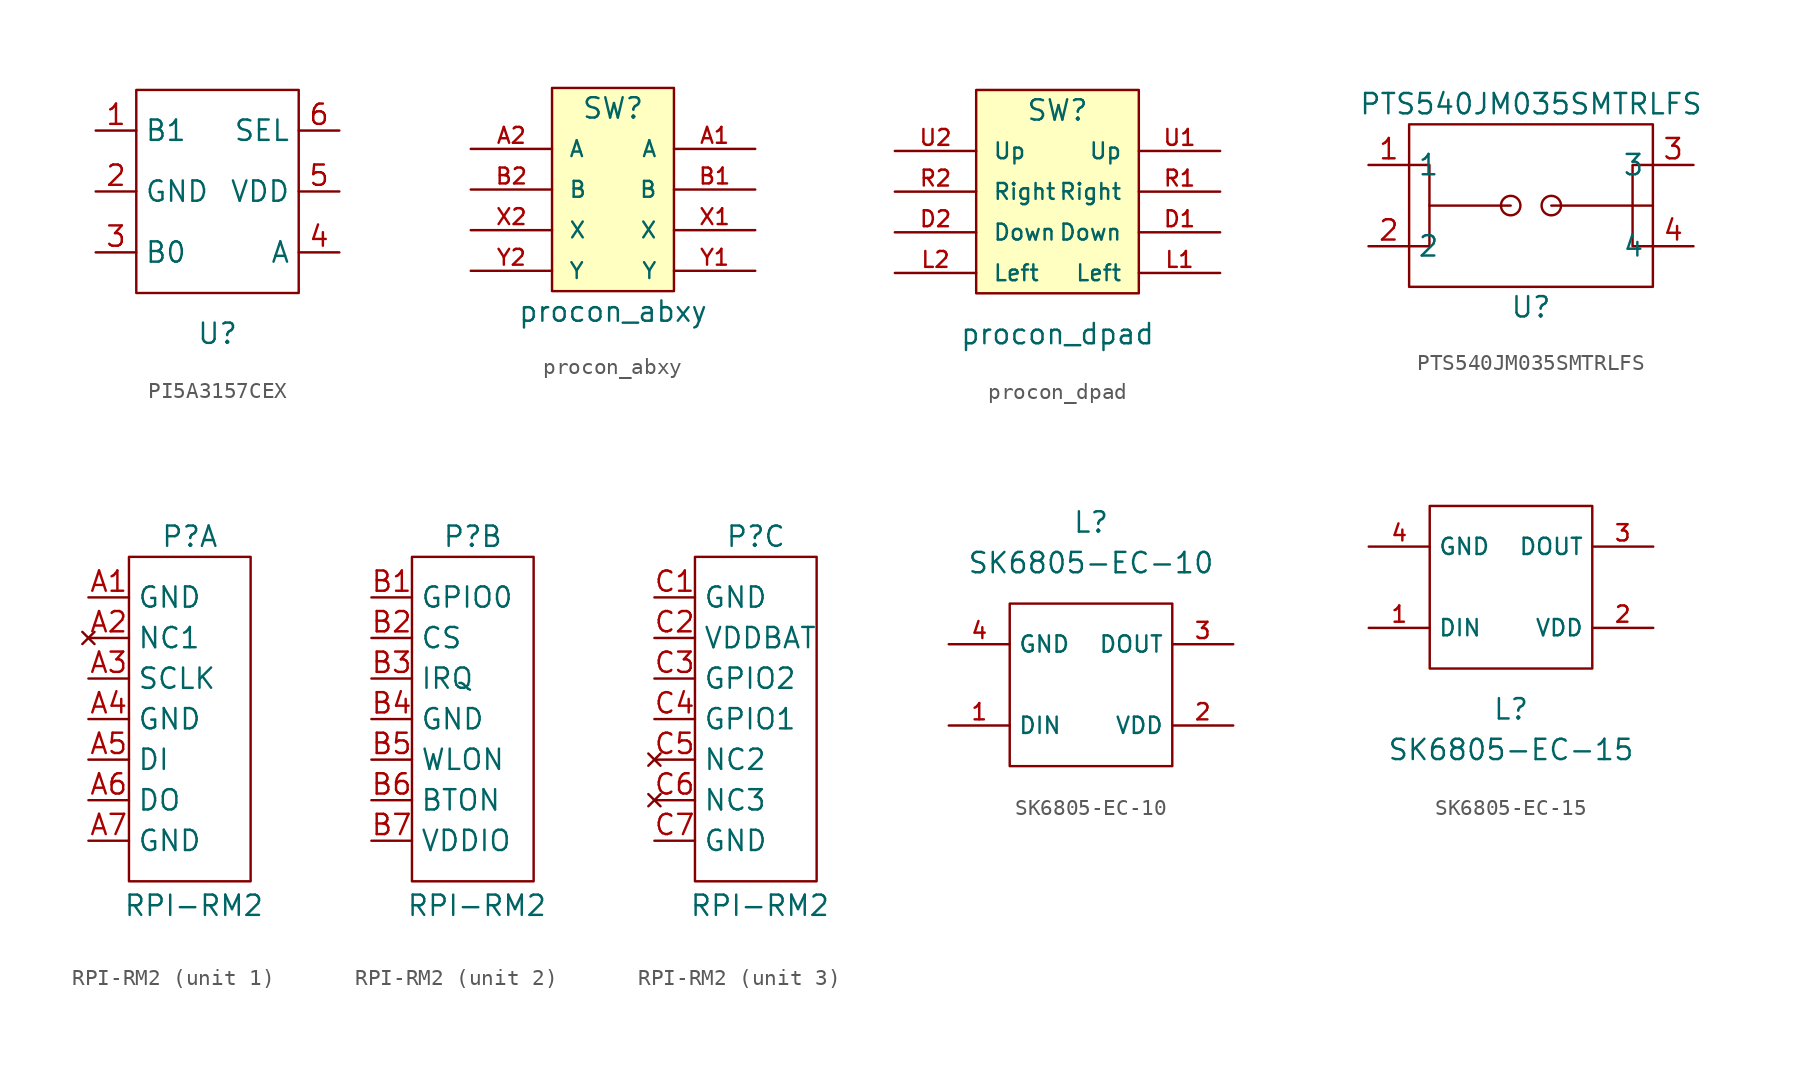
<source format=kicad_sym>
(kicad_symbol_lib
  (version 20241209)
  (generator "kicad_symbol_editor")
  (generator_version "9.0")
  (symbol "PI5A3157CEX"
    (property "Reference" "U"
      (at 0 -8.89 0)
      (effects (font (size 1.27 1.27))))
    (property "Value" ""
      (at 0 0 0)
      (effects (font (size 1.27 1.27))))
    (symbol "PI5A3157CEX_0_1"
      (rectangle (start -5.08 6.35) (end 5.08 -6.35) (stroke (width 0) (type default)) (fill (type none))))
    (symbol "PI5A3157CEX_1_1"
      (pin input line (at -7.62 3.81 0) (length 2.54) (name "B1" (effects (font (size 1.27 1.27)))) (number "1" (effects (font (size 1.27 1.27)))))
      (pin input line (at -7.62 0 0) (length 2.54) (name "GND" (effects (font (size 1.27 1.27)))) (number "2" (effects (font (size 1.27 1.27)))))
      (pin input line (at -7.62 -3.81 0) (length 2.54) (name "B0" (effects (font (size 1.27 1.27)))) (number "3" (effects (font (size 1.27 1.27)))))
      (pin input line (at 7.62 3.81 180) (length 2.54) (name "SEL" (effects (font (size 1.27 1.27)))) (number "6" (effects (font (size 1.27 1.27)))))
      (pin input line (at 7.62 0 180) (length 2.54) (name "VDD" (effects (font (size 1.27 1.27)))) (number "5" (effects (font (size 1.27 1.27)))))
      (pin input line (at 7.62 -3.81 180) (length 2.54) (name "A" (effects (font (size 1.27 1.27)))) (number "4" (effects (font (size 1.27 1.27)))))))
  (symbol "procon_abxy"
    (pin_names
      (offset 1.016))
    (property "Reference" "SW"
      (at 0 16.51 0)
      (effects (font (size 1.27 1.27))))
    (property "Value" "procon_abxy"
      (at 0 3.81 0)
      (effects (font (size 1.27 1.27))))
    (symbol "procon_abxy_0_1"
      (rectangle (start -3.81 17.78) (end 3.81 5.08) (stroke (width 0) (type default)) (fill (type background))))
    (symbol "procon_abxy_1_1"
      (pin input line (at -8.89 13.97 0) (length 5.08) (name "A" (effects (font (size 0.991 0.991)))) (number "A2" (effects (font (size 0.991 0.991)))))
      (pin input line (at -8.89 11.43 0) (length 5.08) (name "B" (effects (font (size 0.991 0.991)))) (number "B2" (effects (font (size 0.991 0.991)))))
      (pin input line (at -8.89 8.89 0) (length 5.08) (name "X" (effects (font (size 0.991 0.991)))) (number "X2" (effects (font (size 0.991 0.991)))))
      (pin input line (at -8.89 6.35 0) (length 5.08) (name "Y" (effects (font (size 0.991 0.991)))) (number "Y2" (effects (font (size 0.991 0.991)))))
      (pin input line (at 8.89 13.97 180) (length 5.08) (name "A" (effects (font (size 0.991 0.991)))) (number "A1" (effects (font (size 0.991 0.991)))))
      (pin input line (at 8.89 11.43 180) (length 5.08) (name "B" (effects (font (size 0.991 0.991)))) (number "B1" (effects (font (size 0.991 0.991)))))
      (pin input line (at 8.89 8.89 180) (length 5.08) (name "X" (effects (font (size 0.991 0.991)))) (number "X1" (effects (font (size 0.991 0.991)))))
      (pin input line (at 8.89 6.35 180) (length 5.08) (name "Y" (effects (font (size 0.991 0.991)))) (number "Y1" (effects (font (size 0.991 0.991)))))))
  (symbol "procon_dpad"
    (pin_names
      (offset 1.016))
    (property "Reference" "SW"
      (at 0 16.51 0)
      (effects (font (size 1.27 1.27))))
    (property "Value" "procon_dpad"
      (at 0 2.54 0)
      (effects (font (size 1.27 1.27))))
    (symbol "procon_dpad_0_1"
      (rectangle (start -5.08 17.78) (end 5.08 5.08) (stroke (width 0) (type default)) (fill (type background))))
    (symbol "procon_dpad_1_1"
      (pin input line (at -10.16 13.97 0) (length 5.08) (name "Up" (effects (font (size 0.991 0.991)))) (number "U2" (effects (font (size 0.991 0.991)))))
      (pin input line (at -10.16 11.43 0) (length 5.08) (name "Right" (effects (font (size 0.991 0.991)))) (number "R2" (effects (font (size 0.991 0.991)))))
      (pin input line (at -10.16 8.89 0) (length 5.08) (name "Down" (effects (font (size 0.991 0.991)))) (number "D2" (effects (font (size 0.991 0.991)))))
      (pin input line (at -10.16 6.35 0) (length 5.08) (name "Left" (effects (font (size 0.991 0.991)))) (number "L2" (effects (font (size 0.991 0.991)))))
      (pin input line (at 10.16 13.97 180) (length 5.08) (name "Up" (effects (font (size 0.991 0.991)))) (number "U1" (effects (font (size 0.991 0.991)))))
      (pin input line (at 10.16 11.43 180) (length 5.08) (name "Right" (effects (font (size 0.991 0.991)))) (number "R1" (effects (font (size 0.991 0.991)))))
      (pin input line (at 10.16 8.89 180) (length 5.08) (name "Down" (effects (font (size 0.991 0.991)))) (number "D1" (effects (font (size 0.991 0.991)))))
      (pin input line (at 10.16 6.35 180) (length 5.08) (name "Left" (effects (font (size 0.991 0.991)))) (number "L1" (effects (font (size 0.991 0.991)))))))
  (symbol "PTS540JM035SMTRLFS"
    (property "Reference" "U"
      (at 0 -6.35 0)
      (effects (font (size 1.27 1.27))))
    (property "Value" "PTS540JM035SMTRLFS"
      (at 0 6.35 0)
      (effects (font (size 1.27 1.27))))
    (symbol "PTS540JM035SMTRLFS_0_1"
      (rectangle (start -7.62 5.08) (end 7.62 -5.08) (stroke (width 0) (type default)) (fill (type none)))
      (polyline (pts (xy -7.62 2.54) (xy -6.35 2.54) (xy -6.35 0) (xy -6.35 -2.54) (xy -7.62 -2.54)) (stroke (width 0) (type default)) (fill (type none)))
      (polyline (pts (xy -6.35 0) (xy -1.27 0)) (stroke (width 0) (type default)) (fill (type none)))
      (circle (center -1.27 0) (radius 0.609) (stroke (width 0) (type default)) (fill (type none)))
      (polyline (pts (xy 1.27 0) (xy 7.62 0)) (stroke (width 0) (type default)) (fill (type none)))
      (circle (center 1.27 0) (radius 0.609) (stroke (width 0) (type default)) (fill (type none)))
      (polyline (pts (xy 7.62 2.54) (xy 6.35 2.54) (xy 6.35 0) (xy 6.35 -2.54) (xy 7.62 -2.54)) (stroke (width 0) (type default)) (fill (type none))))
    (symbol "PTS540JM035SMTRLFS_1_1"
      (pin input line (at -10.16 2.54 0) (length 2.54) (name "1" (effects (font (size 1.27 1.27)))) (number "1" (effects (font (size 1.27 1.27)))))
      (pin input line (at -10.16 -2.54 0) (length 2.54) (name "2" (effects (font (size 1.27 1.27)))) (number "2" (effects (font (size 1.27 1.27)))))
      (pin input line (at 10.16 2.54 180) (length 2.54) (name "3" (effects (font (size 1.27 1.27)))) (number "3" (effects (font (size 1.27 1.27)))))
      (pin input line (at 10.16 -2.54 180) (length 2.54) (name "4" (effects (font (size 1.27 1.27)))) (number "4" (effects (font (size 1.27 1.27)))))))
  (symbol "RPI-RM2"
    (property "Reference" "P"
      (at 0 11.43 0)
      (effects (font (size 1.27 1.27))))
    (property "Value" "RPI-RM2"
      (at 0.254 -11.684 0)
      (effects (font (size 1.27 1.27))))
    (property "ki_locked" ""
      (at 0 0 0)
      (effects (font (size 1.27 1.27))))
    (symbol "RPI-RM2_1_1"
      (rectangle (start -3.81 10.16) (end 3.81 -10.16) (stroke (width 0) (type default)) (fill (type none)))
      (pin input line (at -6.35 7.62 0) (length 2.54) (name "GND" (effects (font (size 1.27 1.27)))) (number "A1" (effects (font (size 1.27 1.27)))))
      (pin no_connect line (at -6.35 5.08 0) (length 2.54) (name "NC1" (effects (font (size 1.27 1.27)))) (number "A2" (effects (font (size 1.27 1.27)))))
      (pin input line (at -6.35 2.54 0) (length 2.54) (name "SCLK" (effects (font (size 1.27 1.27)))) (number "A3" (effects (font (size 1.27 1.27)))))
      (pin input line (at -6.35 0 0) (length 2.54) (name "GND" (effects (font (size 1.27 1.27)))) (number "A4" (effects (font (size 1.27 1.27)))))
      (pin input line (at -6.35 -2.54 0) (length 2.54) (name "DI" (effects (font (size 1.27 1.27)))) (number "A5" (effects (font (size 1.27 1.27)))))
      (pin input line (at -6.35 -5.08 0) (length 2.54) (name "DO" (effects (font (size 1.27 1.27)))) (number "A6" (effects (font (size 1.27 1.27)))))
      (pin input line (at -6.35 -7.62 0) (length 2.54) (name "GND" (effects (font (size 1.27 1.27)))) (number "A7" (effects (font (size 1.27 1.27))))))
    (symbol "RPI-RM2_2_1"
      (rectangle (start -3.81 10.16) (end 3.81 -10.16) (stroke (width 0) (type default)) (fill (type none)))
      (pin input line (at -6.35 7.62 0) (length 2.54) (name "GPIO0" (effects (font (size 1.27 1.27)))) (number "B1" (effects (font (size 1.27 1.27)))))
      (pin input line (at -6.35 5.08 0) (length 2.54) (name "CS" (effects (font (size 1.27 1.27)))) (number "B2" (effects (font (size 1.27 1.27)))))
      (pin input line (at -6.35 2.54 0) (length 2.54) (name "IRQ" (effects (font (size 1.27 1.27)))) (number "B3" (effects (font (size 1.27 1.27)))))
      (pin input line (at -6.35 0 0) (length 2.54) (name "GND" (effects (font (size 1.27 1.27)))) (number "B4" (effects (font (size 1.27 1.27)))))
      (pin input line (at -6.35 -2.54 0) (length 2.54) (name "WLON" (effects (font (size 1.27 1.27)))) (number "B5" (effects (font (size 1.27 1.27)))))
      (pin input line (at -6.35 -5.08 0) (length 2.54) (name "BTON" (effects (font (size 1.27 1.27)))) (number "B6" (effects (font (size 1.27 1.27)))))
      (pin input line (at -6.35 -7.62 0) (length 2.54) (name "VDDIO" (effects (font (size 1.27 1.27)))) (number "B7" (effects (font (size 1.27 1.27))))))
    (symbol "RPI-RM2_3_1"
      (rectangle (start -3.81 10.16) (end 3.81 -10.16) (stroke (width 0) (type default)) (fill (type none)))
      (pin input line (at -6.35 7.62 0) (length 2.54) (name "GND" (effects (font (size 1.27 1.27)))) (number "C1" (effects (font (size 1.27 1.27)))))
      (pin input line (at -6.35 5.08 0) (length 2.54) (name "VDDBAT" (effects (font (size 1.27 1.27)))) (number "C2" (effects (font (size 1.27 1.27)))))
      (pin input line (at -6.35 2.54 0) (length 2.54) (name "GPIO2" (effects (font (size 1.27 1.27)))) (number "C3" (effects (font (size 1.27 1.27)))))
      (pin input line (at -6.35 0 0) (length 2.54) (name "GPIO1" (effects (font (size 1.27 1.27)))) (number "C4" (effects (font (size 1.27 1.27)))))
      (pin no_connect line (at -6.35 -2.54 0) (length 2.54) (name "NC2" (effects (font (size 1.27 1.27)))) (number "C5" (effects (font (size 1.27 1.27)))))
      (pin no_connect line (at -6.35 -5.08 0) (length 2.54) (name "NC3" (effects (font (size 1.27 1.27)))) (number "C6" (effects (font (size 1.27 1.27)))))
      (pin input line (at -6.35 -7.62 0) (length 2.54) (name "GND" (effects (font (size 1.27 1.27)))) (number "C7" (effects (font (size 1.27 1.27)))))))
  (symbol "SK6805-EC-10"
    (property "Reference" "L"
      (at 0 10.16 0)
      (effects (font (size 1.27 1.27))))
    (property "Value" "SK6805-EC-10"
      (at 0 7.62 0)
      (effects (font (size 1.27 1.27))))
    (symbol "SK6805-EC-10_0_0"
      (pin power_in line (at -8.89 2.54 0) (length 3.81) (name "GND" (effects (font (size 1.016 1.016)))) (number "4" (effects (font (size 1.016 1.016)))))
      (pin input line (at -8.89 -2.54 0) (length 3.81) (name "DIN" (effects (font (size 1.016 1.016)))) (number "1" (effects (font (size 1.016 1.016)))))
      (pin output line (at 8.89 2.54 180) (length 3.81) (name "DOUT" (effects (font (size 1.016 1.016)))) (number "3" (effects (font (size 1.016 1.016)))))
      (pin power_in line (at 8.89 -2.54 180) (length 3.81) (name "VDD" (effects (font (size 1.016 1.016)))) (number "2" (effects (font (size 1.016 1.016))))))
    (symbol "SK6805-EC-10_0_1"
      (polyline (pts (xy -5.08 2.54) (xy -5.08 5.08) (xy 5.08 5.08) (xy 5.08 -5.08) (xy -5.08 -5.08) (xy -5.08 2.54)) (stroke (width 0) (type default)) (fill (type none)))))
  (symbol "SK6805-EC-15"
    (property "Reference" "L"
      (at 0 -7.62 0)
      (effects (font (size 1.27 1.27))))
    (property "Value" "SK6805-EC-15"
      (at 0 -10.16 0)
      (effects (font (size 1.27 1.27))))
    (symbol "SK6805-EC-15_0_0"
      (pin power_in line (at -8.89 2.54 0) (length 3.81) (name "GND" (effects (font (size 1.016 1.016)))) (number "4" (effects (font (size 1.016 1.016)))))
      (pin input line (at -8.89 -2.54 0) (length 3.81) (name "DIN" (effects (font (size 1.016 1.016)))) (number "1" (effects (font (size 1.016 1.016)))))
      (pin output line (at 8.89 2.54 180) (length 3.81) (name "DOUT" (effects (font (size 1.016 1.016)))) (number "3" (effects (font (size 1.016 1.016)))))
      (pin power_in line (at 8.89 -2.54 180) (length 3.81) (name "VDD" (effects (font (size 1.016 1.016)))) (number "2" (effects (font (size 1.016 1.016))))))
    (symbol "SK6805-EC-15_0_1"
      (polyline (pts (xy -5.08 2.54) (xy -5.08 5.08) (xy 5.08 5.08) (xy 5.08 -5.08) (xy -5.08 -5.08) (xy -5.08 2.54)) (stroke (width 0) (type default)) (fill (type none))))))
</source>
